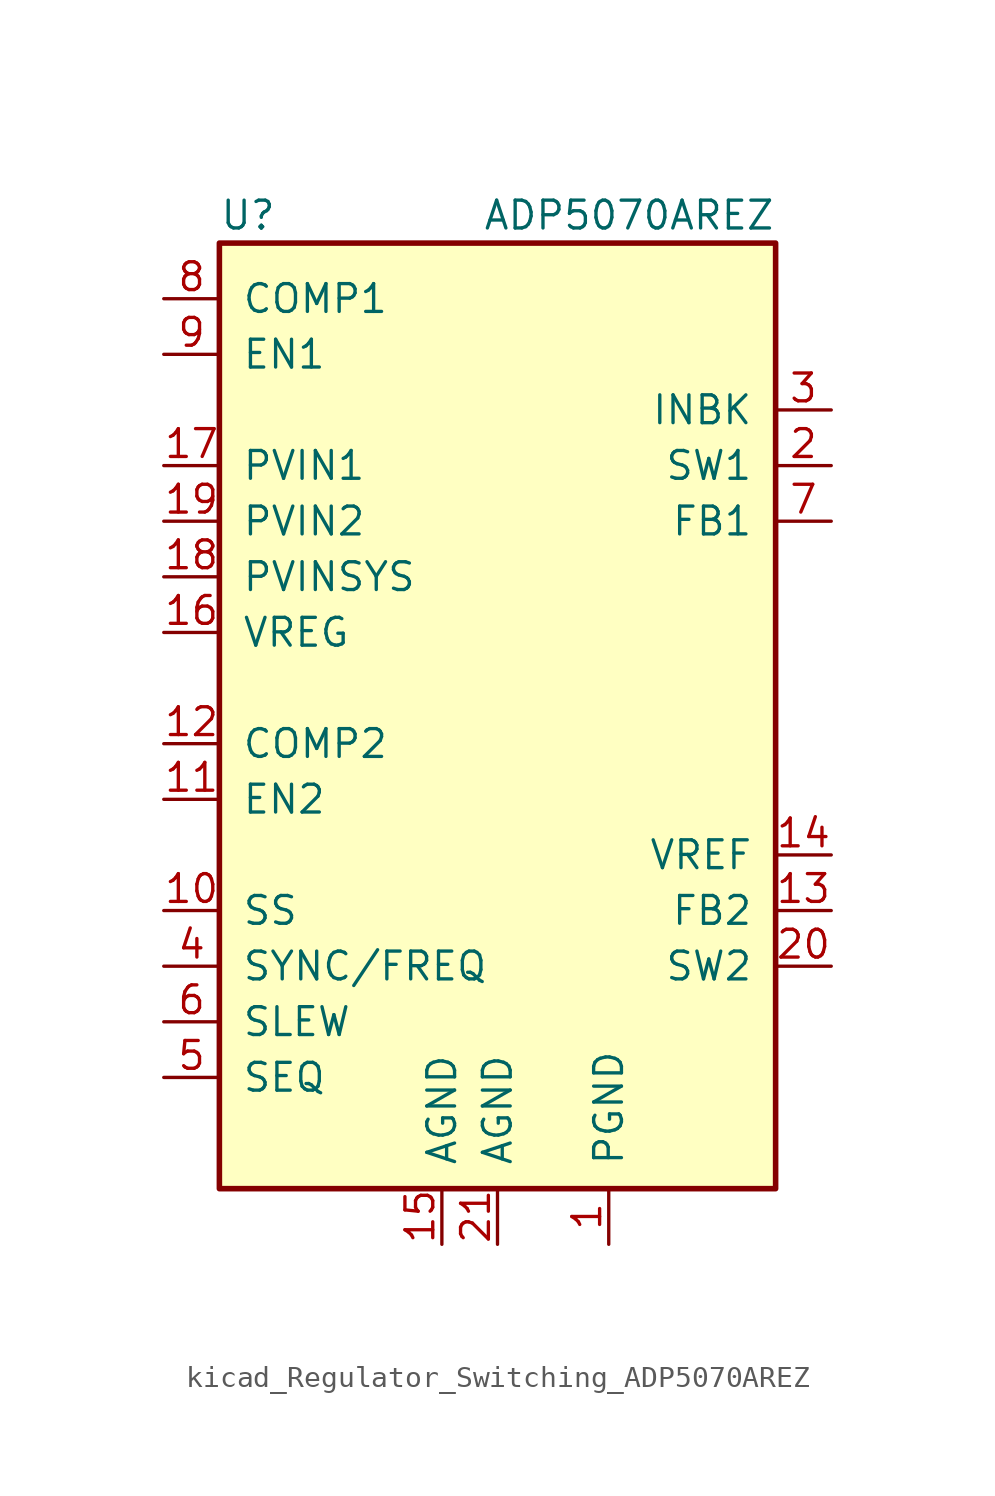
<source format=kicad_sym>
(kicad_symbol_lib
  (version 20220914)
  (generator kicad_symbol_editor)
  (symbol "kicad_Regulator_Switching_ADP5070AREZ"
    (pin_names
      (offset 1.016))
    (property "Reference" "U"
      (at -12.7 24.13 0)
      (effects (font (size 1.27 1.27)) (justify left)))
    (property "Value" "ADP5070AREZ"
      (at 12.7 24.13 0)
      (effects (font (size 1.27 1.27)) (justify right)))
    (symbol "kicad_Regulator_Switching_ADP5070AREZ_0_1"
      (rectangle (start -12.7 22.86) (end 12.7 -20.32) (stroke (width 0.254) (type default)) (fill (type background))))
    (symbol "kicad_Regulator_Switching_ADP5070AREZ_1_1"
      (pin power_in line (at 5.08 -22.86 90) (length 2.54) (name "PGND" (effects (font (size 1.27 1.27)))) (number "1" (effects (font (size 1.27 1.27)))))
      (pin passive line (at -15.24 -7.62 0) (length 2.54) (name "SS" (effects (font (size 1.27 1.27)))) (number "10" (effects (font (size 1.27 1.27)))))
      (pin input line (at -15.24 -2.54 0) (length 2.54) (name "EN2" (effects (font (size 1.27 1.27)))) (number "11" (effects (font (size 1.27 1.27)))))
      (pin passive line (at -15.24 0 0) (length 2.54) (name "COMP2" (effects (font (size 1.27 1.27)))) (number "12" (effects (font (size 1.27 1.27)))))
      (pin input line (at 15.24 -7.62 180) (length 2.54) (name "FB2" (effects (font (size 1.27 1.27)))) (number "13" (effects (font (size 1.27 1.27)))))
      (pin output line (at 15.24 -5.08 180) (length 2.54) (name "VREF" (effects (font (size 1.27 1.27)))) (number "14" (effects (font (size 1.27 1.27)))))
      (pin power_in line (at -2.54 -22.86 90) (length 2.54) (name "AGND" (effects (font (size 1.27 1.27)))) (number "15" (effects (font (size 1.27 1.27)))))
      (pin output line (at -15.24 5.08 0) (length 2.54) (name "VREG" (effects (font (size 1.27 1.27)))) (number "16" (effects (font (size 1.27 1.27)))))
      (pin power_in line (at -15.24 12.7 0) (length 2.54) (name "PVIN1" (effects (font (size 1.27 1.27)))) (number "17" (effects (font (size 1.27 1.27)))))
      (pin power_in line (at -15.24 7.62 0) (length 2.54) (name "PVINSYS" (effects (font (size 1.27 1.27)))) (number "18" (effects (font (size 1.27 1.27)))))
      (pin power_in line (at -15.24 10.16 0) (length 2.54) (name "PVIN2" (effects (font (size 1.27 1.27)))) (number "19" (effects (font (size 1.27 1.27)))))
      (pin power_out line (at 15.24 12.7 180) (length 2.54) (name "SW1" (effects (font (size 1.27 1.27)))) (number "2" (effects (font (size 1.27 1.27)))))
      (pin power_out line (at 15.24 -10.16 180) (length 2.54) (name "SW2" (effects (font (size 1.27 1.27)))) (number "20" (effects (font (size 1.27 1.27)))))
      (pin power_in line (at 0 -22.86 90) (length 2.54) (name "AGND" (effects (font (size 1.27 1.27)))) (number "21" (effects (font (size 1.27 1.27)))))
      (pin power_out line (at 15.24 15.24 180) (length 2.54) (name "INBK" (effects (font (size 1.27 1.27)))) (number "3" (effects (font (size 1.27 1.27)))))
      (pin input line (at -15.24 -10.16 0) (length 2.54) (name "SYNC/FREQ" (effects (font (size 1.27 1.27)))) (number "4" (effects (font (size 1.27 1.27)))))
      (pin input line (at -15.24 -15.24 0) (length 2.54) (name "SEQ" (effects (font (size 1.27 1.27)))) (number "5" (effects (font (size 1.27 1.27)))))
      (pin input line (at -15.24 -12.7 0) (length 2.54) (name "SLEW" (effects (font (size 1.27 1.27)))) (number "6" (effects (font (size 1.27 1.27)))))
      (pin input line (at 15.24 10.16 180) (length 2.54) (name "FB1" (effects (font (size 1.27 1.27)))) (number "7" (effects (font (size 1.27 1.27)))))
      (pin passive line (at -15.24 20.32 0) (length 2.54) (name "COMP1" (effects (font (size 1.27 1.27)))) (number "8" (effects (font (size 1.27 1.27)))))
      (pin input line (at -15.24 17.78 0) (length 2.54) (name "EN1" (effects (font (size 1.27 1.27)))) (number "9" (effects (font (size 1.27 1.27))))))))
</source>
